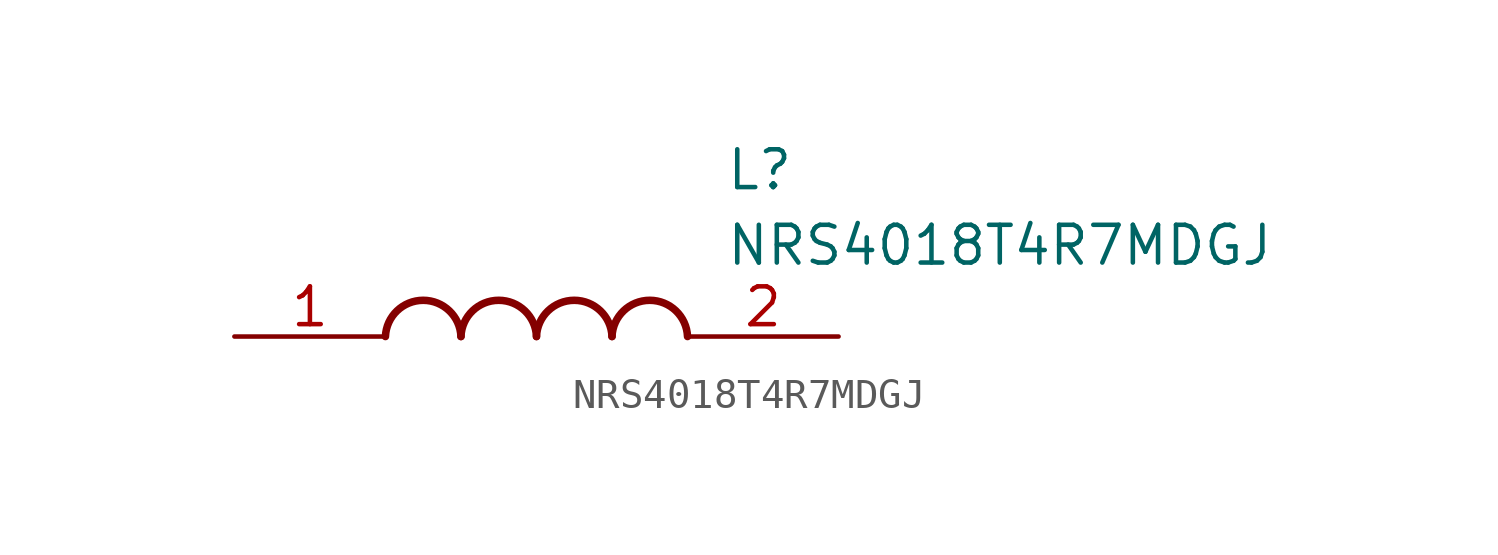
<source format=kicad_sym>
(kicad_symbol_lib
  (version 20220914)
  (generator SamacSys_ECAD_Model)
  (symbol "NRS4018T4R7MDGJ"
    (pin_names hide)
    (property "Reference" "L"
      (at 16.51 6.35 0)
      (effects (font (size 1.27 1.27)) (justify left top)))
    (property "Value" "NRS4018T4R7MDGJ"
      (at 16.51 3.81 0)
      (effects (font (size 1.27 1.27)) (justify left top)))
    (arc
      (start 7.62 0)
      (mid 6.35 1.219)
      (end 5.08 0)
      (stroke (width 0.254) (type default))
      (fill (type none)))
    (arc
      (start 10.16 0)
      (mid 8.89 1.219)
      (end 7.62 0)
      (stroke (width 0.254) (type default))
      (fill (type none)))
    (arc
      (start 12.7 0)
      (mid 11.43 1.219)
      (end 10.16 0)
      (stroke (width 0.254) (type default))
      (fill (type none)))
    (arc
      (start 15.24 0)
      (mid 13.97 1.219)
      (end 12.7 0)
      (stroke (width 0.254) (type default))
      (fill (type none)))
    (pin passive line
      (at 0 0 0)
      (length 5.08)
      (name "1" (effects (font (size 1.27 1.27))))
      (number "1" (effects (font (size 1.27 1.27)))))
    (pin passive line
      (at 20.32 0 180)
      (length 5.08)
      (name "2" (effects (font (size 1.27 1.27))))
      (number "2" (effects (font (size 1.27 1.27)))))))
</source>
